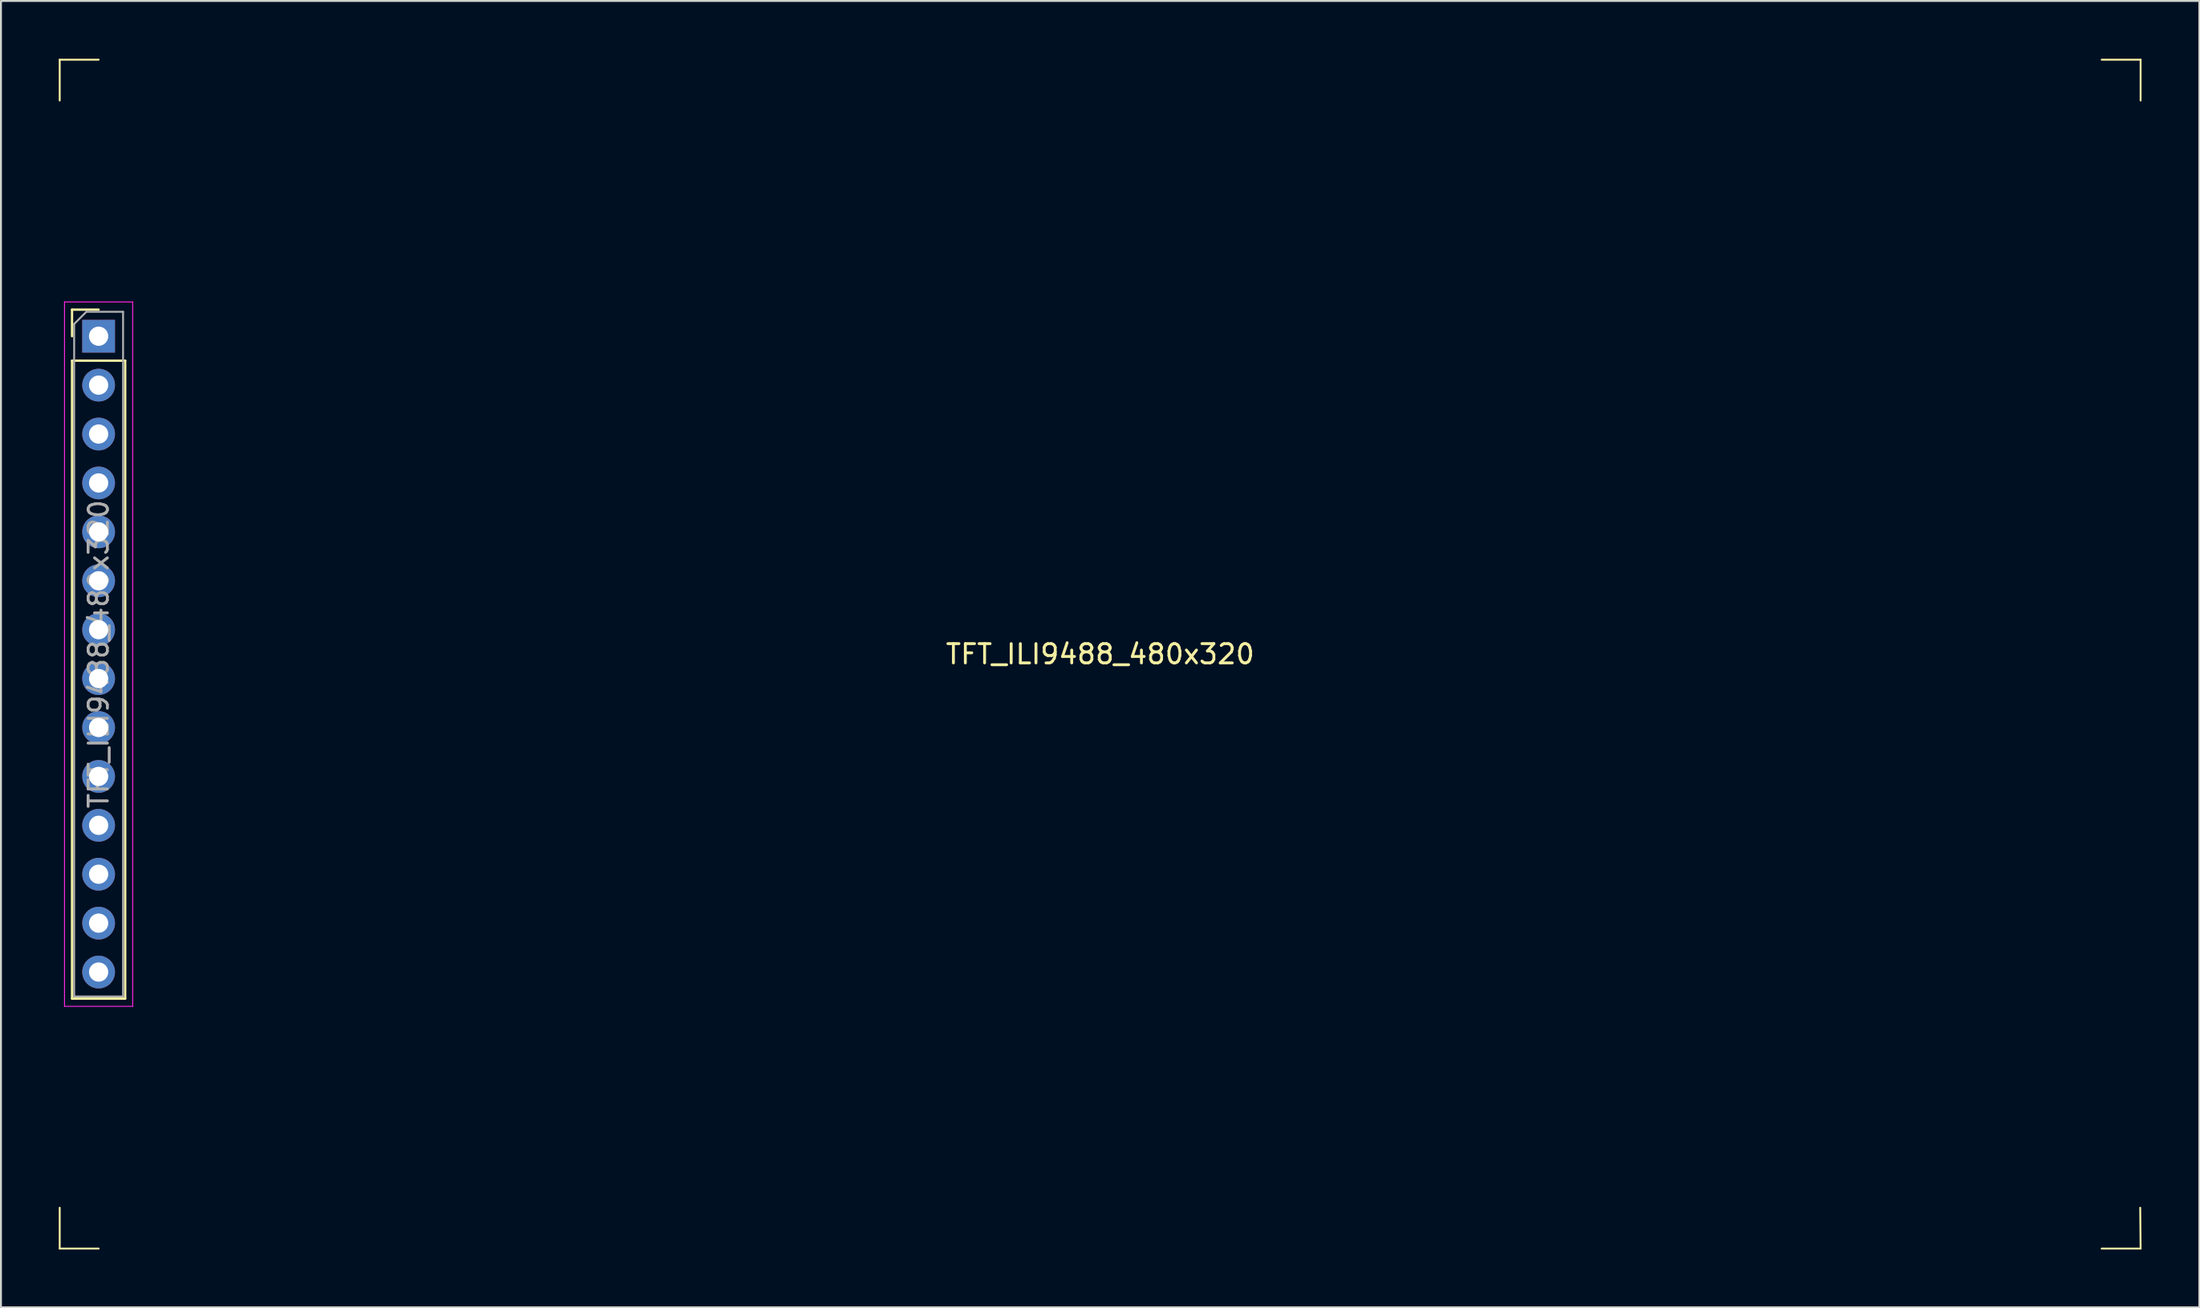
<source format=kicad_pcb>
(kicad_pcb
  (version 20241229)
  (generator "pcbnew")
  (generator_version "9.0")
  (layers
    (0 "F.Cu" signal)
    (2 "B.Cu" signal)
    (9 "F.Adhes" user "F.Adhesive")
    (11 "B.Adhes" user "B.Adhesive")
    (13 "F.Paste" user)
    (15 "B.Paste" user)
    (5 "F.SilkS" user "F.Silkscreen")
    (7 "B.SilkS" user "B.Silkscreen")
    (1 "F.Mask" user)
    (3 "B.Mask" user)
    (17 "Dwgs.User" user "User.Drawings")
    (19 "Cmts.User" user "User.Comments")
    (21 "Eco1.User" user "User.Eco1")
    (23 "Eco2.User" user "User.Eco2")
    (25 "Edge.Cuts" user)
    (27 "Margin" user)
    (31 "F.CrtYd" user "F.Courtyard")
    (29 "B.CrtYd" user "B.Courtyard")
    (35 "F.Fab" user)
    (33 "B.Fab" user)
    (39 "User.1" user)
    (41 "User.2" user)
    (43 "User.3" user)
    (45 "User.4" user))
  (footprint "TFT_ILI9488_480x320"
    (layer "F.Cu")
    (at 54.07 30.92)
    (property "Reference" "TFT_ILI9488_480x320" (at 0 0 0) (layer "F.SilkS") (effects (font (size 1 1) (thickness 0.15))))
    (attr through_hole)
    (fp_line (start -54.02 -30.87) (end -54.02 -28.75) (stroke (width 0.1) (type default)) (layer "F.SilkS"))
    (fp_line (start -54.02 -30.87) (end -52 -30.87) (stroke (width 0.1) (type default)) (layer "F.SilkS"))
    (fp_line (start -54.02 30.87) (end -54.02 28.75) (stroke (width 0.1) (type default)) (layer "F.SilkS"))
    (fp_line (start -54.02 30.87) (end -52 30.87) (stroke (width 0.1) (type default)) (layer "F.SilkS"))
    (fp_line (start -53.38 -17.89) (end -52 -17.89) (stroke (width 0.12) (type solid)) (layer "F.SilkS"))
    (fp_line (start -53.38 -16.51) (end -53.38 -17.89) (stroke (width 0.12) (type solid)) (layer "F.SilkS"))
    (fp_line (start -53.38 -15.24) (end -53.38 17.89) (stroke (width 0.12) (type solid)) (layer "F.SilkS"))
    (fp_line (start -53.38 -15.24) (end -50.62 -15.24) (stroke (width 0.12) (type solid)) (layer "F.SilkS"))
    (fp_line (start -53.38 17.89) (end -50.62 17.89) (stroke (width 0.12) (type solid)) (layer "F.SilkS"))
    (fp_line (start -50.62 -15.24) (end -50.62 17.89) (stroke (width 0.12) (type solid)) (layer "F.SilkS"))
    (fp_line (start 54.02 -30.87) (end 52 -30.87) (stroke (width 0.1) (type default)) (layer "F.SilkS"))
    (fp_line (start 54.02 -30.87) (end 54.02 -28.75) (stroke (width 0.1) (type default)) (layer "F.SilkS"))
    (fp_line (start 54.02 30.87) (end 52 30.87) (stroke (width 0.1) (type default)) (layer "F.SilkS"))
    (fp_line (start 54.02 30.87) (end 54 28.75) (stroke (width 0.1) (type default)) (layer "F.SilkS"))
    (fp_line (start -53.77 -18.29) (end -53.77 18.29) (stroke (width 0.05) (type solid)) (layer "F.CrtYd"))
    (fp_line (start -53.77 18.29) (end -50.23 18.29) (stroke (width 0.05) (type solid)) (layer "F.CrtYd"))
    (fp_line (start -50.23 -18.29) (end -53.77 -18.29) (stroke (width 0.05) (type solid)) (layer "F.CrtYd"))
    (fp_line (start -50.23 18.29) (end -50.23 -18.29) (stroke (width 0.05) (type solid)) (layer "F.CrtYd"))
    (fp_line (start -53.27 -17.145) (end -52.635 -17.78) (stroke (width 0.1) (type solid)) (layer "F.Fab"))
    (fp_line (start -53.27 17.78) (end -53.27 -17.145) (stroke (width 0.1) (type solid)) (layer "F.Fab"))
    (fp_line (start -52.635 -17.78) (end -50.73 -17.78) (stroke (width 0.1) (type solid)) (layer "F.Fab"))
    (fp_line (start -50.73 -17.78) (end -50.73 17.78) (stroke (width 0.1) (type solid)) (layer "F.Fab"))
    (fp_line (start -50.73 17.78) (end -53.27 17.78) (stroke (width 0.1) (type solid)) (layer "F.Fab"))
    (fp_text user "${REFERENCE}" (at -52 0 90) (layer "F.Fab") (effects (font (size 1 1) (thickness 0.15))))
    (pad "1" thru_hole rect (at -52 -16.51) (size 1.7 1.7) (drill 1) (layers "*.Cu" "*.Mask"))
    (pad "2" thru_hole circle (at -52 -13.97) (size 1.7 1.7) (drill 1) (layers "*.Cu" "*.Mask"))
    (pad "3" thru_hole circle (at -52 -11.43) (size 1.7 1.7) (drill 1) (layers "*.Cu" "*.Mask"))
    (pad "4" thru_hole circle (at -52 -8.89) (size 1.7 1.7) (drill 1) (layers "*.Cu" "*.Mask"))
    (pad "5" thru_hole circle (at -52 -6.35) (size 1.7 1.7) (drill 1) (layers "*.Cu" "*.Mask"))
    (pad "6" thru_hole circle (at -52 -3.81) (size 1.7 1.7) (drill 1) (layers "*.Cu" "*.Mask"))
    (pad "7" thru_hole circle (at -52 -1.27) (size 1.7 1.7) (drill 1) (layers "*.Cu" "*.Mask"))
    (pad "8" thru_hole circle (at -52 1.27) (size 1.7 1.7) (drill 1) (layers "*.Cu" "*.Mask"))
    (pad "9" thru_hole circle (at -52 3.81) (size 1.7 1.7) (drill 1) (layers "*.Cu" "*.Mask"))
    (pad "10" thru_hole circle (at -52 6.35) (size 1.7 1.7) (drill 1) (layers "*.Cu" "*.Mask"))
    (pad "11" thru_hole circle (at -52 8.89) (size 1.7 1.7) (drill 1) (layers "*.Cu" "*.Mask"))
    (pad "12" thru_hole circle (at -52 11.43) (size 1.7 1.7) (drill 1) (layers "*.Cu" "*.Mask"))
    (pad "13" thru_hole circle (at -52 13.97) (size 1.7 1.7) (drill 1) (layers "*.Cu" "*.Mask"))
    (pad "14" thru_hole circle (at -52 16.51) (size 1.7 1.7) (drill 1) (layers "*.Cu" "*.Mask")))
  (gr_rect
    (start -3 -3)
    (end 111.14 64.84)
    (stroke (width 0.1) (type default))
    (fill no)
    (layer "Edge.Cuts")))
</source>
